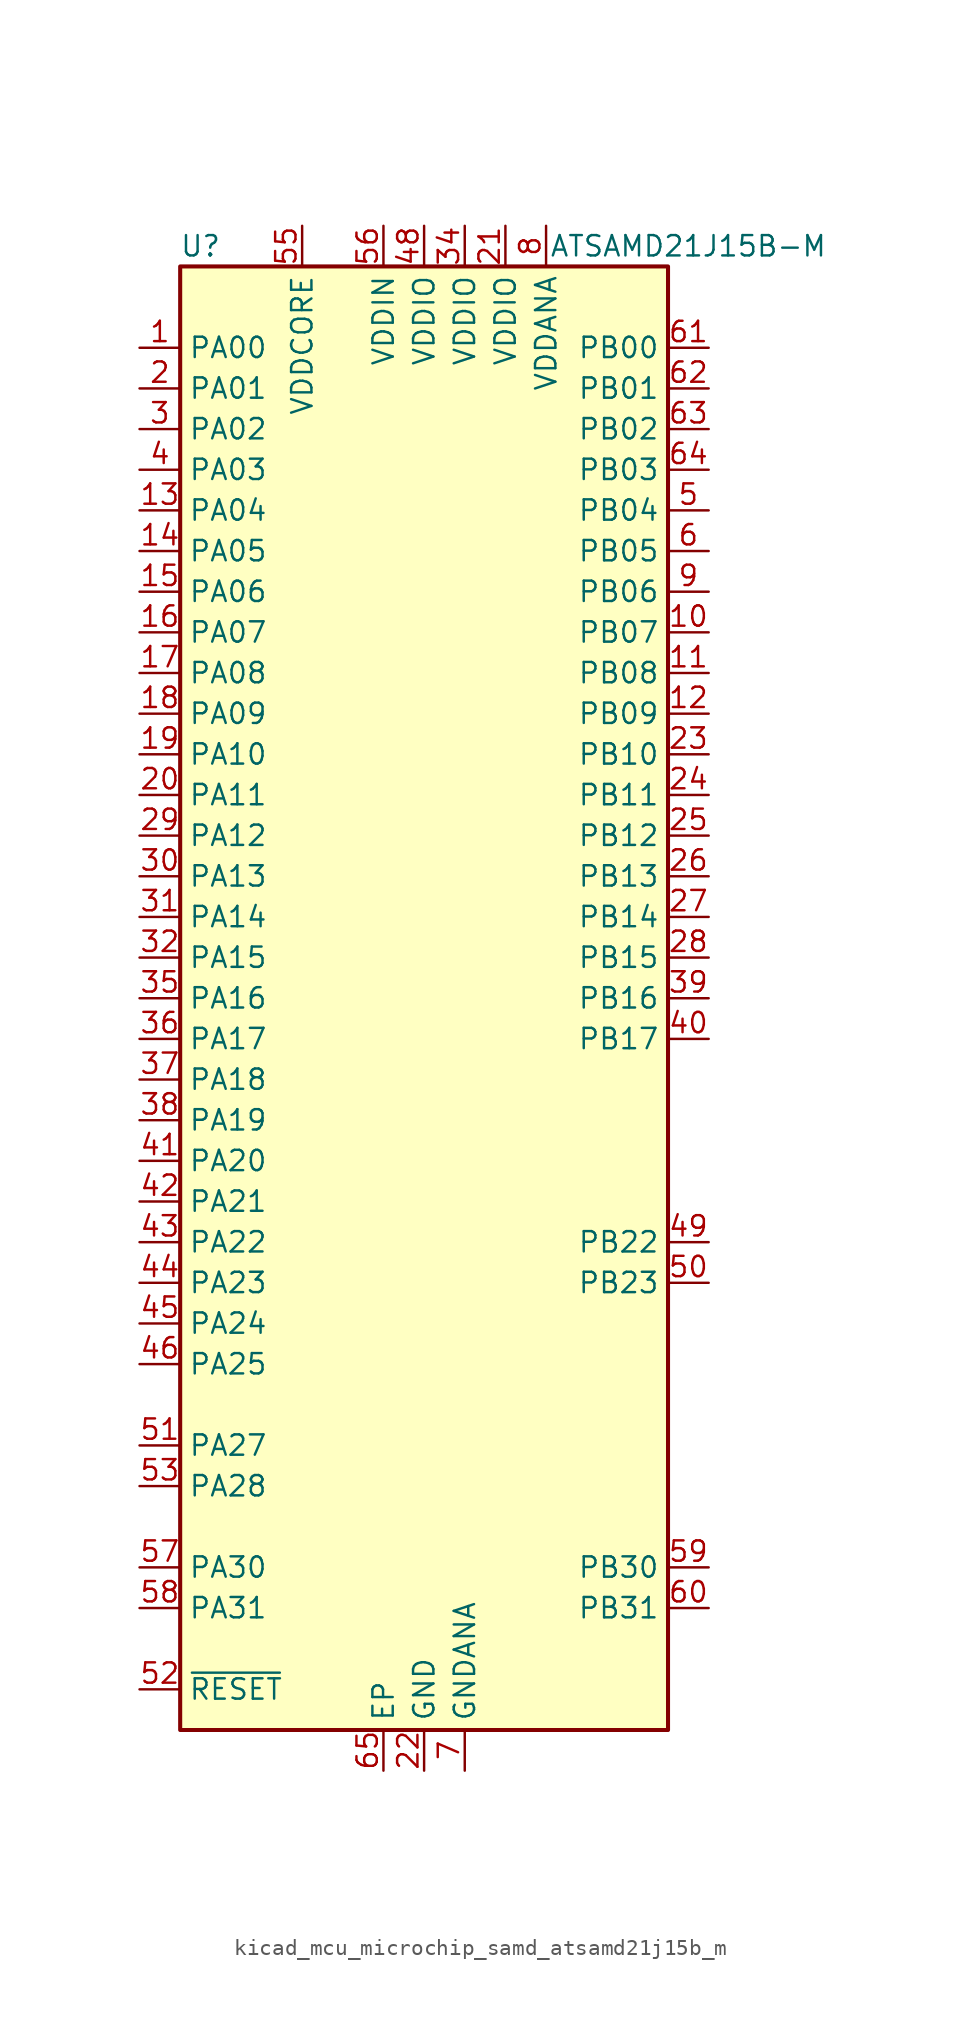
<source format=kicad_sym>
(kicad_symbol_lib
  (version 20220914)
  (generator kicad_symbol_editor)
  (symbol "kicad_mcu_microchip_samd_atsamd21j15b_m"
    (property "Reference" "U"
      (at -13.97 46.99 0)
      (effects (font (size 1.27 1.27))))
    (property "Value" "ATSAMD21J15B-M"
      (at 16.51 46.99 0)
      (effects (font (size 1.27 1.27))))
    (symbol "kicad_mcu_microchip_samd_atsamd21j15b_m_0_1"
      (rectangle (start -15.24 45.72) (end 15.24 -45.72) (stroke (width 0.254) (type default)) (fill (type background))))
    (symbol "kicad_mcu_microchip_samd_atsamd21j15b_m_1_1"
      (pin bidirectional line (at -17.78 40.64 0) (length 2.54) (name "PA00" (effects (font (size 1.27 1.27)))) (number "1" (effects (font (size 1.27 1.27)))))
      (pin bidirectional line (at 17.78 22.86 180) (length 2.54) (name "PB07" (effects (font (size 1.27 1.27)))) (number "10" (effects (font (size 1.27 1.27)))))
      (pin bidirectional line (at 17.78 20.32 180) (length 2.54) (name "PB08" (effects (font (size 1.27 1.27)))) (number "11" (effects (font (size 1.27 1.27)))))
      (pin bidirectional line (at 17.78 17.78 180) (length 2.54) (name "PB09" (effects (font (size 1.27 1.27)))) (number "12" (effects (font (size 1.27 1.27)))))
      (pin bidirectional line (at -17.78 30.48 0) (length 2.54) (name "PA04" (effects (font (size 1.27 1.27)))) (number "13" (effects (font (size 1.27 1.27)))))
      (pin bidirectional line (at -17.78 27.94 0) (length 2.54) (name "PA05" (effects (font (size 1.27 1.27)))) (number "14" (effects (font (size 1.27 1.27)))))
      (pin bidirectional line (at -17.78 25.4 0) (length 2.54) (name "PA06" (effects (font (size 1.27 1.27)))) (number "15" (effects (font (size 1.27 1.27)))))
      (pin bidirectional line (at -17.78 22.86 0) (length 2.54) (name "PA07" (effects (font (size 1.27 1.27)))) (number "16" (effects (font (size 1.27 1.27)))))
      (pin bidirectional line (at -17.78 20.32 0) (length 2.54) (name "PA08" (effects (font (size 1.27 1.27)))) (number "17" (effects (font (size 1.27 1.27)))))
      (pin bidirectional line (at -17.78 17.78 0) (length 2.54) (name "PA09" (effects (font (size 1.27 1.27)))) (number "18" (effects (font (size 1.27 1.27)))))
      (pin bidirectional line (at -17.78 15.24 0) (length 2.54) (name "PA10" (effects (font (size 1.27 1.27)))) (number "19" (effects (font (size 1.27 1.27)))))
      (pin bidirectional line (at -17.78 38.1 0) (length 2.54) (name "PA01" (effects (font (size 1.27 1.27)))) (number "2" (effects (font (size 1.27 1.27)))))
      (pin bidirectional line (at -17.78 12.7 0) (length 2.54) (name "PA11" (effects (font (size 1.27 1.27)))) (number "20" (effects (font (size 1.27 1.27)))))
      (pin power_in line (at 5.08 48.26 270) (length 2.54) (name "VDDIO" (effects (font (size 1.27 1.27)))) (number "21" (effects (font (size 1.27 1.27)))))
      (pin power_in line (at 0 -48.26 90) (length 2.54) (name "GND" (effects (font (size 1.27 1.27)))) (number "22" (effects (font (size 1.27 1.27)))))
      (pin bidirectional line (at 17.78 15.24 180) (length 2.54) (name "PB10" (effects (font (size 1.27 1.27)))) (number "23" (effects (font (size 1.27 1.27)))))
      (pin bidirectional line (at 17.78 12.7 180) (length 2.54) (name "PB11" (effects (font (size 1.27 1.27)))) (number "24" (effects (font (size 1.27 1.27)))))
      (pin bidirectional line (at 17.78 10.16 180) (length 2.54) (name "PB12" (effects (font (size 1.27 1.27)))) (number "25" (effects (font (size 1.27 1.27)))))
      (pin bidirectional line (at 17.78 7.62 180) (length 2.54) (name "PB13" (effects (font (size 1.27 1.27)))) (number "26" (effects (font (size 1.27 1.27)))))
      (pin bidirectional line (at 17.78 5.08 180) (length 2.54) (name "PB14" (effects (font (size 1.27 1.27)))) (number "27" (effects (font (size 1.27 1.27)))))
      (pin bidirectional line (at 17.78 2.54 180) (length 2.54) (name "PB15" (effects (font (size 1.27 1.27)))) (number "28" (effects (font (size 1.27 1.27)))))
      (pin bidirectional line (at -17.78 10.16 0) (length 2.54) (name "PA12" (effects (font (size 1.27 1.27)))) (number "29" (effects (font (size 1.27 1.27)))))
      (pin bidirectional line (at -17.78 35.56 0) (length 2.54) (name "PA02" (effects (font (size 1.27 1.27)))) (number "3" (effects (font (size 1.27 1.27)))))
      (pin bidirectional line (at -17.78 7.62 0) (length 2.54) (name "PA13" (effects (font (size 1.27 1.27)))) (number "30" (effects (font (size 1.27 1.27)))))
      (pin bidirectional line (at -17.78 5.08 0) (length 2.54) (name "PA14" (effects (font (size 1.27 1.27)))) (number "31" (effects (font (size 1.27 1.27)))))
      (pin bidirectional line (at -17.78 2.54 0) (length 2.54) (name "PA15" (effects (font (size 1.27 1.27)))) (number "32" (effects (font (size 1.27 1.27)))))
      (pin passive line (at 0 -48.26 90) (length 2.54) hide (name "GND" (effects (font (size 1.27 1.27)))) (number "33" (effects (font (size 1.27 1.27)))))
      (pin power_in line (at 2.54 48.26 270) (length 2.54) (name "VDDIO" (effects (font (size 1.27 1.27)))) (number "34" (effects (font (size 1.27 1.27)))))
      (pin bidirectional line (at -17.78 0 0) (length 2.54) (name "PA16" (effects (font (size 1.27 1.27)))) (number "35" (effects (font (size 1.27 1.27)))))
      (pin bidirectional line (at -17.78 -2.54 0) (length 2.54) (name "PA17" (effects (font (size 1.27 1.27)))) (number "36" (effects (font (size 1.27 1.27)))))
      (pin bidirectional line (at -17.78 -5.08 0) (length 2.54) (name "PA18" (effects (font (size 1.27 1.27)))) (number "37" (effects (font (size 1.27 1.27)))))
      (pin bidirectional line (at -17.78 -7.62 0) (length 2.54) (name "PA19" (effects (font (size 1.27 1.27)))) (number "38" (effects (font (size 1.27 1.27)))))
      (pin bidirectional line (at 17.78 0 180) (length 2.54) (name "PB16" (effects (font (size 1.27 1.27)))) (number "39" (effects (font (size 1.27 1.27)))))
      (pin bidirectional line (at -17.78 33.02 0) (length 2.54) (name "PA03" (effects (font (size 1.27 1.27)))) (number "4" (effects (font (size 1.27 1.27)))))
      (pin bidirectional line (at 17.78 -2.54 180) (length 2.54) (name "PB17" (effects (font (size 1.27 1.27)))) (number "40" (effects (font (size 1.27 1.27)))))
      (pin bidirectional line (at -17.78 -10.16 0) (length 2.54) (name "PA20" (effects (font (size 1.27 1.27)))) (number "41" (effects (font (size 1.27 1.27)))))
      (pin bidirectional line (at -17.78 -12.7 0) (length 2.54) (name "PA21" (effects (font (size 1.27 1.27)))) (number "42" (effects (font (size 1.27 1.27)))))
      (pin bidirectional line (at -17.78 -15.24 0) (length 2.54) (name "PA22" (effects (font (size 1.27 1.27)))) (number "43" (effects (font (size 1.27 1.27)))))
      (pin bidirectional line (at -17.78 -17.78 0) (length 2.54) (name "PA23" (effects (font (size 1.27 1.27)))) (number "44" (effects (font (size 1.27 1.27)))))
      (pin bidirectional line (at -17.78 -20.32 0) (length 2.54) (name "PA24" (effects (font (size 1.27 1.27)))) (number "45" (effects (font (size 1.27 1.27)))))
      (pin bidirectional line (at -17.78 -22.86 0) (length 2.54) (name "PA25" (effects (font (size 1.27 1.27)))) (number "46" (effects (font (size 1.27 1.27)))))
      (pin passive line (at 0 -48.26 90) (length 2.54) hide (name "GND" (effects (font (size 1.27 1.27)))) (number "47" (effects (font (size 1.27 1.27)))))
      (pin power_in line (at 0 48.26 270) (length 2.54) (name "VDDIO" (effects (font (size 1.27 1.27)))) (number "48" (effects (font (size 1.27 1.27)))))
      (pin bidirectional line (at 17.78 -15.24 180) (length 2.54) (name "PB22" (effects (font (size 1.27 1.27)))) (number "49" (effects (font (size 1.27 1.27)))))
      (pin bidirectional line (at 17.78 30.48 180) (length 2.54) (name "PB04" (effects (font (size 1.27 1.27)))) (number "5" (effects (font (size 1.27 1.27)))))
      (pin bidirectional line (at 17.78 -17.78 180) (length 2.54) (name "PB23" (effects (font (size 1.27 1.27)))) (number "50" (effects (font (size 1.27 1.27)))))
      (pin bidirectional line (at -17.78 -27.94 0) (length 2.54) (name "PA27" (effects (font (size 1.27 1.27)))) (number "51" (effects (font (size 1.27 1.27)))))
      (pin input line (at -17.78 -43.18 0) (length 2.54) (name "~{RESET}" (effects (font (size 1.27 1.27)))) (number "52" (effects (font (size 1.27 1.27)))))
      (pin bidirectional line (at -17.78 -30.48 0) (length 2.54) (name "PA28" (effects (font (size 1.27 1.27)))) (number "53" (effects (font (size 1.27 1.27)))))
      (pin passive line (at 0 -48.26 90) (length 2.54) hide (name "GND" (effects (font (size 1.27 1.27)))) (number "54" (effects (font (size 1.27 1.27)))))
      (pin power_out line (at -7.62 48.26 270) (length 2.54) (name "VDDCORE" (effects (font (size 1.27 1.27)))) (number "55" (effects (font (size 1.27 1.27)))))
      (pin power_in line (at -2.54 48.26 270) (length 2.54) (name "VDDIN" (effects (font (size 1.27 1.27)))) (number "56" (effects (font (size 1.27 1.27)))))
      (pin bidirectional line (at -17.78 -35.56 0) (length 2.54) (name "PA30" (effects (font (size 1.27 1.27)))) (number "57" (effects (font (size 1.27 1.27)))))
      (pin bidirectional line (at -17.78 -38.1 0) (length 2.54) (name "PA31" (effects (font (size 1.27 1.27)))) (number "58" (effects (font (size 1.27 1.27)))))
      (pin bidirectional line (at 17.78 -35.56 180) (length 2.54) (name "PB30" (effects (font (size 1.27 1.27)))) (number "59" (effects (font (size 1.27 1.27)))))
      (pin bidirectional line (at 17.78 27.94 180) (length 2.54) (name "PB05" (effects (font (size 1.27 1.27)))) (number "6" (effects (font (size 1.27 1.27)))))
      (pin bidirectional line (at 17.78 -38.1 180) (length 2.54) (name "PB31" (effects (font (size 1.27 1.27)))) (number "60" (effects (font (size 1.27 1.27)))))
      (pin bidirectional line (at 17.78 40.64 180) (length 2.54) (name "PB00" (effects (font (size 1.27 1.27)))) (number "61" (effects (font (size 1.27 1.27)))))
      (pin bidirectional line (at 17.78 38.1 180) (length 2.54) (name "PB01" (effects (font (size 1.27 1.27)))) (number "62" (effects (font (size 1.27 1.27)))))
      (pin bidirectional line (at 17.78 35.56 180) (length 2.54) (name "PB02" (effects (font (size 1.27 1.27)))) (number "63" (effects (font (size 1.27 1.27)))))
      (pin bidirectional line (at 17.78 33.02 180) (length 2.54) (name "PB03" (effects (font (size 1.27 1.27)))) (number "64" (effects (font (size 1.27 1.27)))))
      (pin passive line (at -2.54 -48.26 90) (length 2.54) (name "EP" (effects (font (size 1.27 1.27)))) (number "65" (effects (font (size 1.27 1.27)))))
      (pin power_in line (at 2.54 -48.26 90) (length 2.54) (name "GNDANA" (effects (font (size 1.27 1.27)))) (number "7" (effects (font (size 1.27 1.27)))))
      (pin power_in line (at 7.62 48.26 270) (length 2.54) (name "VDDANA" (effects (font (size 1.27 1.27)))) (number "8" (effects (font (size 1.27 1.27)))))
      (pin bidirectional line (at 17.78 25.4 180) (length 2.54) (name "PB06" (effects (font (size 1.27 1.27)))) (number "9" (effects (font (size 1.27 1.27))))))))
</source>
